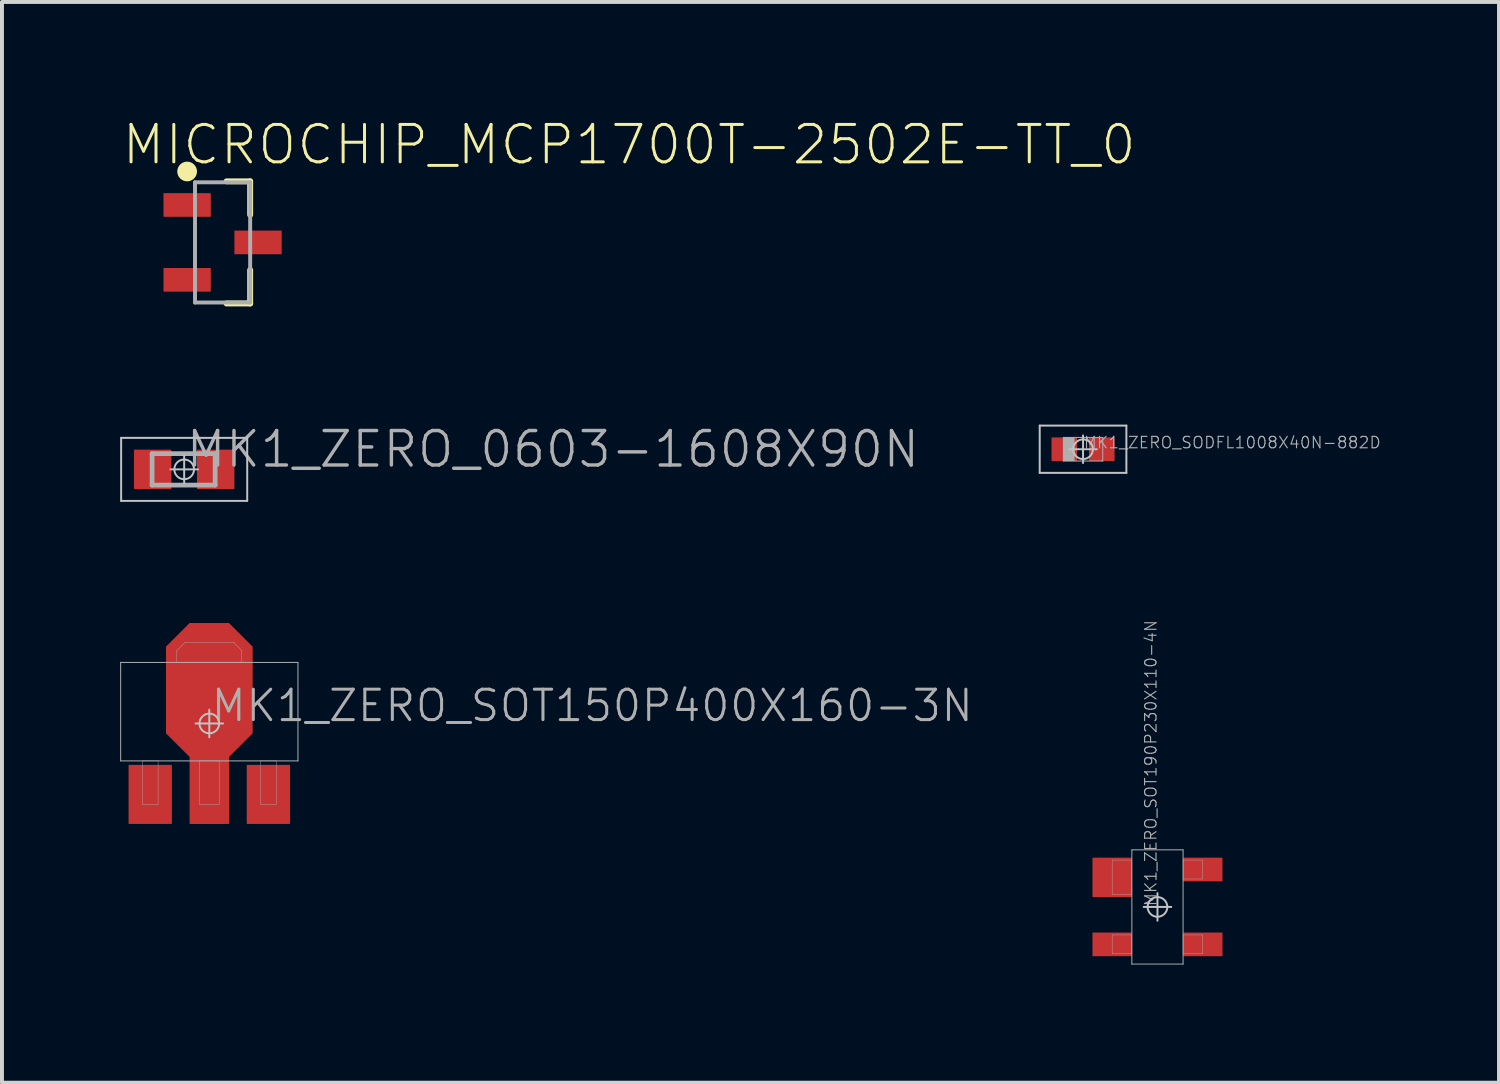
<source format=kicad_pcb>
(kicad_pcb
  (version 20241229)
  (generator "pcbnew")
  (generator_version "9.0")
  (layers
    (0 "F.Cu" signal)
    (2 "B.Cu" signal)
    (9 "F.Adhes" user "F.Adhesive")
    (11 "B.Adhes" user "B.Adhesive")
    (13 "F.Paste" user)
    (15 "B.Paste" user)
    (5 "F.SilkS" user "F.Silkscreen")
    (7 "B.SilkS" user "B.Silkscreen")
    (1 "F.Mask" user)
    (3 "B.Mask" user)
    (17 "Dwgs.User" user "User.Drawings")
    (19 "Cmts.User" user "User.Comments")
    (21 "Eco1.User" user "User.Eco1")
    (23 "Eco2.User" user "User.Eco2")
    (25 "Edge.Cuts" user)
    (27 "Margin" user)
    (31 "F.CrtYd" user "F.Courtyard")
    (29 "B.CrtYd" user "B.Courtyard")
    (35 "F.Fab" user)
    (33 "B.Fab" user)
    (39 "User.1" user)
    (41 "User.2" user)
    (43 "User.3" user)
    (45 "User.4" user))
  (footprint "MK1_ZERO_SOT150P400X160-3N"
    (layer "F.Cu")
    (at 2.263 15.314)
    (property "Reference" "MK1_ZERO_SOT150P400X160-3N" (at 0 0 0) (layer "F.Fab") (effects (font (size 0.772 0.772) (thickness 0.077)) (justify left bottom)))
    (attr through_hole)
    (fp_poly (pts (xy -0.5 2.55) (xy 0.5 2.55) (xy 0.5 0.85) (xy 1.1 0.25) (xy 1.1 -1.95) (xy 0.5 -2.55) (xy -0.5 -2.55) (xy -1.1 -1.95) (xy -1.1 0.25) (xy -0.5 0.85)) (stroke (width 0) (type solid)) (fill yes) (layer "F.Cu"))
    (fp_poly (pts (xy -0.875 2.625) (xy -0.875 0.975) (xy -2.125 0.975) (xy -2.125 2.625)) (stroke (width 0) (type solid)) (fill yes) (layer "F.Mask"))
    (fp_poly (pts (xy 2.125 2.625) (xy 2.125 0.975) (xy 0.875 0.975) (xy 0.875 2.625)) (stroke (width 0) (type solid)) (fill yes) (layer "F.Mask"))
    (fp_poly (pts (xy 1.175 0.281) (xy 0.575 0.881) (xy 0.575 2.625) (xy -0.575 2.625) (xy -0.575 0.881) (xy -1.175 0.281) (xy -1.175 -1.981) (xy -0.531 -2.625) (xy 0.531 -2.625) (xy 1.175 -1.981)) (stroke (width 0) (type solid)) (fill yes) (layer "F.Mask"))
    (fp_poly (pts (xy -0.95 2.55) (xy -0.95 1.05) (xy -2.05 1.05) (xy -2.05 2.55)) (stroke (width 0) (type solid)) (fill yes) (layer "F.Paste"))
    (fp_poly (pts (xy 2.05 2.55) (xy 2.05 1.05) (xy 0.95 1.05) (xy 0.95 2.55)) (stroke (width 0) (type solid)) (fill yes) (layer "F.Paste"))
    (fp_poly (pts (xy 1.1 0.25) (xy 0.5 0.85) (xy 0.5 2.55) (xy -0.5 2.55) (xy -0.5 0.85) (xy -1.1 0.25) (xy -1.1 -1.95) (xy -0.5 -2.55) (xy 0.5 -2.55) (xy 1.1 -1.95)) (stroke (width 0) (type solid)) (fill yes) (layer "F.Paste"))
    (fp_line (start -0.35 0) (end 0.35 0) (stroke (width 0.05) (type solid)) (layer "Dwgs.User"))
    (fp_line (start 0 0.35) (end 0 -0.35) (stroke (width 0.05) (type solid)) (layer "Dwgs.User"))
    (fp_circle (center 0 0) (end 0.25 0) (stroke (width 0.05) (type solid)) (fill no) (layer "Dwgs.User"))
    (fp_line (start -2.25 -1.55) (end -2.25 0.95) (stroke (width 0.025) (type solid)) (layer "F.Fab"))
    (fp_line (start -2.25 0.95) (end 2.25 0.95) (stroke (width 0.025) (type solid)) (layer "F.Fab"))
    (fp_line (start -1.7 0.95) (end -1.7 2.05) (stroke (width 0.01) (type solid)) (layer "F.Fab"))
    (fp_line (start -1.7 2.05) (end -1.3 2.05) (stroke (width 0.01) (type solid)) (layer "F.Fab"))
    (fp_line (start -1.3 0.95) (end -1.7 0.95) (stroke (width 0.01) (type solid)) (layer "F.Fab"))
    (fp_line (start -1.3 2.05) (end -1.3 0.95) (stroke (width 0.01) (type solid)) (layer "F.Fab"))
    (fp_line (start -0.825 -1.85) (end -0.625 -2.05) (stroke (width 0.01) (type solid)) (layer "F.Fab"))
    (fp_line (start -0.825 -1.55) (end -0.825 -1.85) (stroke (width 0.01) (type solid)) (layer "F.Fab"))
    (fp_line (start -0.625 -2.05) (end 0.625 -2.05) (stroke (width 0.01) (type solid)) (layer "F.Fab"))
    (fp_line (start -0.25 0.95) (end -0.25 2.05) (stroke (width 0.01) (type solid)) (layer "F.Fab"))
    (fp_line (start -0.25 2.05) (end 0.25 2.05) (stroke (width 0.01) (type solid)) (layer "F.Fab"))
    (fp_line (start 0.25 0.95) (end -0.25 0.95) (stroke (width 0.01) (type solid)) (layer "F.Fab"))
    (fp_line (start 0.25 2.05) (end 0.25 0.95) (stroke (width 0.01) (type solid)) (layer "F.Fab"))
    (fp_line (start 0.625 -2.05) (end 0.825 -1.85) (stroke (width 0.01) (type solid)) (layer "F.Fab"))
    (fp_line (start 0.825 -1.85) (end 0.825 -1.55) (stroke (width 0.01) (type solid)) (layer "F.Fab"))
    (fp_line (start 0.825 -1.55) (end -0.825 -1.55) (stroke (width 0.01) (type solid)) (layer "F.Fab"))
    (fp_line (start 1.3 0.95) (end 1.3 2.05) (stroke (width 0.01) (type solid)) (layer "F.Fab"))
    (fp_line (start 1.3 2.05) (end 1.7 2.05) (stroke (width 0.01) (type solid)) (layer "F.Fab"))
    (fp_line (start 1.7 0.95) (end 1.3 0.95) (stroke (width 0.01) (type solid)) (layer "F.Fab"))
    (fp_line (start 1.7 2.05) (end 1.7 0.95) (stroke (width 0.01) (type solid)) (layer "F.Fab"))
    (fp_line (start 2.25 -1.55) (end -2.25 -1.55) (stroke (width 0.025) (type solid)) (layer "F.Fab"))
    (fp_line (start 2.25 0.95) (end 2.25 -1.55) (stroke (width 0.025) (type solid)) (layer "F.Fab"))
    (pad "1" smd roundrect (at -1.5 1.8) (size 1.1 1.5) (layers "F.Cu" "F.Mask") (roundrect_rratio 0.015))
    (pad "2" smd roundrect (at 0 1.8) (size 0.8 1.5) (layers "F.Cu" "F.Mask") (roundrect_rratio 0.015))
    (pad "3" smd roundrect (at 1.5 1.8) (size 1.1 1.5) (layers "F.Cu" "F.Mask") (roundrect_rratio 0.015)))
  (footprint "MK1_ZERO_SOT190P230X110-4N"
    (layer "F.Cu")
    (at 26.33 19.971)
    (property "Reference" "MK1_ZERO_SOT190P230X110-4N" (at 0 0 270) (layer "F.Fab") (effects (font (size 0.29 0.29) (thickness 0.029)) (justify left bottom)))
    (attr through_hole)
    (fp_line (start -0.35 0) (end 0.35 0) (stroke (width 0.05) (type solid)) (layer "Dwgs.User"))
    (fp_line (start 0 0.35) (end 0 -0.35) (stroke (width 0.05) (type solid)) (layer "Dwgs.User"))
    (fp_circle (center 0 0) (end 0.25 0) (stroke (width 0.05) (type solid)) (fill no) (layer "Dwgs.User"))
    (fp_line (start -1.15 -1.19) (end -1.15 -0.31) (stroke (width 0.01) (type solid)) (layer "F.Fab"))
    (fp_line (start -1.15 -0.31) (end -0.65 -0.31) (stroke (width 0.01) (type solid)) (layer "F.Fab"))
    (fp_line (start -1.15 0.71) (end -1.15 1.19) (stroke (width 0.01) (type solid)) (layer "F.Fab"))
    (fp_line (start -1.15 1.19) (end -0.65 1.19) (stroke (width 0.01) (type solid)) (layer "F.Fab"))
    (fp_line (start -0.65 -1.45) (end -0.65 1.45) (stroke (width 0.025) (type solid)) (layer "F.Fab"))
    (fp_line (start -0.65 -1.19) (end -1.15 -1.19) (stroke (width 0.01) (type solid)) (layer "F.Fab"))
    (fp_line (start -0.65 -0.31) (end -0.65 -1.19) (stroke (width 0.01) (type solid)) (layer "F.Fab"))
    (fp_line (start -0.65 0.71) (end -1.15 0.71) (stroke (width 0.01) (type solid)) (layer "F.Fab"))
    (fp_line (start -0.65 1.19) (end -0.65 0.71) (stroke (width 0.01) (type solid)) (layer "F.Fab"))
    (fp_line (start -0.65 1.45) (end 0.65 1.45) (stroke (width 0.025) (type solid)) (layer "F.Fab"))
    (fp_line (start 0.65 -1.45) (end -0.65 -1.45) (stroke (width 0.025) (type solid)) (layer "F.Fab"))
    (fp_line (start 0.65 -1.19) (end 0.65 -0.71) (stroke (width 0.01) (type solid)) (layer "F.Fab"))
    (fp_line (start 0.65 -0.71) (end 1.15 -0.71) (stroke (width 0.01) (type solid)) (layer "F.Fab"))
    (fp_line (start 0.65 0.71) (end 0.65 1.19) (stroke (width 0.01) (type solid)) (layer "F.Fab"))
    (fp_line (start 0.65 1.19) (end 1.15 1.19) (stroke (width 0.01) (type solid)) (layer "F.Fab"))
    (fp_line (start 0.65 1.45) (end 0.65 -1.45) (stroke (width 0.025) (type solid)) (layer "F.Fab"))
    (fp_line (start 1.15 -1.19) (end 0.65 -1.19) (stroke (width 0.01) (type solid)) (layer "F.Fab"))
    (fp_line (start 1.15 -0.71) (end 1.15 -1.19) (stroke (width 0.01) (type solid)) (layer "F.Fab"))
    (fp_line (start 1.15 0.71) (end 0.65 0.71) (stroke (width 0.01) (type solid)) (layer "F.Fab"))
    (fp_line (start 1.15 1.19) (end 1.15 0.71) (stroke (width 0.01) (type solid)) (layer "F.Fab"))
    (pad "1" smd roundrect (at -1.15 -0.75) (size 1 1) (layers "F.Cu" "F.Mask" "F.Paste") (roundrect_rratio 0.015))
    (pad "2" smd roundrect (at -1.15 0.95) (size 1 0.6) (layers "F.Cu" "F.Mask" "F.Paste") (roundrect_rratio 0.015))
    (pad "3" smd roundrect (at 1.15 0.95) (size 1 0.6) (layers "F.Cu" "F.Mask" "F.Paste") (roundrect_rratio 0.015))
    (pad "4" smd roundrect (at 1.15 -0.95) (size 1 0.6) (layers "F.Cu" "F.Mask" "F.Paste") (roundrect_rratio 0.015)))
  (footprint "MK1_ZERO_0603-1608X90N"
    (layer "F.Cu")
    (at 1.625 8.864)
    (property "Reference" "MK1_ZERO_0603-1608X90N" (at 0 0 180) (layer "F.Fab") (effects (font (size 0.874 0.874) (thickness 0.087)) (justify left bottom)))
    (attr through_hole)
    (fp_line (start -1.6 -0.8) (end -1.6 0.8) (stroke (width 0.05) (type solid)) (layer "Dwgs.User"))
    (fp_line (start -1.6 0.8) (end 1.6 0.8) (stroke (width 0.05) (type solid)) (layer "Dwgs.User"))
    (fp_line (start -0.35 0) (end 0.35 0) (stroke (width 0.05) (type solid)) (layer "Dwgs.User"))
    (fp_line (start 0 0.35) (end 0 -0.35) (stroke (width 0.05) (type solid)) (layer "Dwgs.User"))
    (fp_line (start 1.6 -0.8) (end -1.6 -0.8) (stroke (width 0.05) (type solid)) (layer "Dwgs.User"))
    (fp_line (start 1.6 0.8) (end 1.6 -0.8) (stroke (width 0.05) (type solid)) (layer "Dwgs.User"))
    (fp_circle (center 0 0) (end 0.25 0) (stroke (width 0.05) (type solid)) (fill no) (layer "Dwgs.User"))
    (fp_line (start -0.814 -0.4) (end -0.814 0.4) (stroke (width 0.12) (type solid)) (layer "F.Fab"))
    (fp_line (start -0.814 0.4) (end 0.786 0.4) (stroke (width 0.12) (type solid)) (layer "F.Fab"))
    (fp_line (start 0.786 -0.4) (end -0.814 -0.4) (stroke (width 0.12) (type solid)) (layer "F.Fab"))
    (fp_line (start 0.786 0.4) (end 0.786 -0.4) (stroke (width 0.12) (type solid)) (layer "F.Fab"))
    (pad "1" smd roundrect (at -0.8 0) (size 0.95 1) (layers "F.Cu" "F.Mask" "F.Paste") (roundrect_rratio 0.015))
    (pad "2" smd roundrect (at 0.8 0) (size 0.95 1) (layers "F.Cu" "F.Mask" "F.Paste") (roundrect_rratio 0.015)))
  (footprint "MK1_ZERO_SODFL1008X40N-882D"
    (layer "F.Cu")
    (at 24.441 8.353)
    (property "Reference" "MK1_ZERO_SODFL1008X40N-882D" (at 0 0 180) (layer "F.Fab") (effects (font (size 0.29 0.29) (thickness 0.029)) (justify left bottom)))
    (attr through_hole)
    (fp_line (start -1.1 -0.6) (end -1.1 0.6) (stroke (width 0.05) (type solid)) (layer "Dwgs.User"))
    (fp_line (start -1.1 0.6) (end 1.1 0.6) (stroke (width 0.05) (type solid)) (layer "Dwgs.User"))
    (fp_line (start -0.35 0) (end 0.35 0) (stroke (width 0.05) (type solid)) (layer "Dwgs.User"))
    (fp_line (start 0 0.35) (end 0 -0.35) (stroke (width 0.05) (type solid)) (layer "Dwgs.User"))
    (fp_line (start 1.1 -0.6) (end -1.1 -0.6) (stroke (width 0.05) (type solid)) (layer "Dwgs.User"))
    (fp_line (start 1.1 0.6) (end 1.1 -0.6) (stroke (width 0.05) (type solid)) (layer "Dwgs.User"))
    (fp_circle (center 0 0) (end 0.25 0) (stroke (width 0.05) (type solid)) (fill no) (layer "Dwgs.User"))
    (fp_line (start -0.5 -0.3) (end -0.5 0.3) (stroke (width 0.025) (type solid)) (layer "F.Fab"))
    (fp_line (start -0.5 0.3) (end 0.5 0.3) (stroke (width 0.025) (type solid)) (layer "F.Fab"))
    (fp_line (start -0.495 -0.295) (end -0.495 0.295) (stroke (width 0.01) (type solid)) (layer "F.Fab"))
    (fp_line (start -0.495 0.295) (end -0.225 0.295) (stroke (width 0.01) (type solid)) (layer "F.Fab"))
    (fp_line (start -0.49 -0.29) (end -0.49 0.29) (stroke (width 0.01) (type solid)) (layer "F.Fab"))
    (fp_line (start -0.49 0.29) (end -0.23 0.29) (stroke (width 0.01) (type solid)) (layer "F.Fab"))
    (fp_line (start -0.48 -0.28) (end -0.48 0.28) (stroke (width 0.025) (type solid)) (layer "F.Fab"))
    (fp_line (start -0.48 0.28) (end -0.24 0.28) (stroke (width 0.025) (type solid)) (layer "F.Fab"))
    (fp_line (start -0.467 -0.268) (end -0.467 0.267) (stroke (width 0.025) (type solid)) (layer "F.Fab"))
    (fp_line (start -0.467 0.267) (end -0.252 0.267) (stroke (width 0.025) (type solid)) (layer "F.Fab"))
    (fp_line (start -0.455 -0.255) (end -0.455 0.255) (stroke (width 0.05) (type solid)) (layer "F.Fab"))
    (fp_line (start -0.455 0.255) (end -0.265 0.255) (stroke (width 0.05) (type solid)) (layer "F.Fab"))
    (fp_line (start -0.43 -0.23) (end -0.43 0.23) (stroke (width 0.1) (type solid)) (layer "F.Fab"))
    (fp_line (start -0.43 0.23) (end -0.29 0.23) (stroke (width 0.1) (type solid)) (layer "F.Fab"))
    (fp_line (start -0.38 -0.18) (end -0.38 0.18) (stroke (width 0.2) (type solid)) (layer "F.Fab"))
    (fp_line (start -0.38 0.18) (end -0.34 0.18) (stroke (width 0.2) (type solid)) (layer "F.Fab"))
    (fp_line (start -0.34 -0.18) (end -0.38 -0.18) (stroke (width 0.2) (type solid)) (layer "F.Fab"))
    (fp_line (start -0.34 0.18) (end -0.34 -0.18) (stroke (width 0.2) (type solid)) (layer "F.Fab"))
    (fp_line (start -0.29 -0.23) (end -0.43 -0.23) (stroke (width 0.1) (type solid)) (layer "F.Fab"))
    (fp_line (start -0.29 0.23) (end -0.29 -0.23) (stroke (width 0.1) (type solid)) (layer "F.Fab"))
    (fp_line (start -0.265 -0.255) (end -0.455 -0.255) (stroke (width 0.05) (type solid)) (layer "F.Fab"))
    (fp_line (start -0.265 0.255) (end -0.265 -0.255) (stroke (width 0.05) (type solid)) (layer "F.Fab"))
    (fp_line (start -0.252 -0.268) (end -0.467 -0.268) (stroke (width 0.025) (type solid)) (layer "F.Fab"))
    (fp_line (start -0.252 0.267) (end -0.252 -0.268) (stroke (width 0.025) (type solid)) (layer "F.Fab"))
    (fp_line (start -0.24 -0.28) (end -0.48 -0.28) (stroke (width 0.025) (type solid)) (layer "F.Fab"))
    (fp_line (start -0.24 0.28) (end -0.24 -0.28) (stroke (width 0.025) (type solid)) (layer "F.Fab"))
    (fp_line (start -0.23 -0.29) (end -0.49 -0.29) (stroke (width 0.01) (type solid)) (layer "F.Fab"))
    (fp_line (start -0.23 0.29) (end -0.23 -0.29) (stroke (width 0.01) (type solid)) (layer "F.Fab"))
    (fp_line (start -0.225 -0.295) (end -0.495 -0.295) (stroke (width 0.01) (type solid)) (layer "F.Fab"))
    (fp_line (start -0.225 0.295) (end -0.225 -0.295) (stroke (width 0.01) (type solid)) (layer "F.Fab"))
    (fp_line (start 0.5 -0.3) (end -0.5 -0.3) (stroke (width 0.025) (type solid)) (layer "F.Fab"))
    (fp_line (start 0.5 0.3) (end 0.5 -0.3) (stroke (width 0.025) (type solid)) (layer "F.Fab"))
    (pad "A" smd roundrect (at 0.475 0) (size 0.65 0.6) (layers "F.Cu" "F.Mask" "F.Paste") (roundrect_rratio 0.015))
    (pad "C" smd roundrect (at -0.475 0) (size 0.65 0.6) (layers "F.Cu" "F.Mask" "F.Paste") (roundrect_rratio 0.015)))
  (footprint "MICROCHIP_MCP1700T-2502E-TT_0"
    (layer "F.Cu")
    (at 2.6 3.103)
    (property "Reference" "MICROCHIP_MCP1700T-2502E-TT_0" (at -2.6 -1.925 0) (layer "F.SilkS") (effects (font (size 0.95 0.95) (thickness 0.076)) (justify left bottom)))
    (attr through_hole)
    (fp_line (start 0.1 -1.55) (end 0.7 -1.55) (stroke (width 0.15) (type solid)) (layer "F.SilkS"))
    (fp_line (start 0.1 1.55) (end 0.7 1.55) (stroke (width 0.15) (type solid)) (layer "F.SilkS"))
    (fp_line (start 0.7 -0.7) (end 0.7 -1.55) (stroke (width 0.15) (type solid)) (layer "F.SilkS"))
    (fp_line (start 0.7 1.55) (end 0.7 0.7) (stroke (width 0.15) (type solid)) (layer "F.SilkS"))
    (fp_circle (center -0.9 -1.8) (end -0.775 -1.8) (stroke (width 0.25) (type solid)) (fill no) (layer "F.SilkS"))
    (fp_line (start -0.7 -1.525) (end 0.7 -1.525) (stroke (width 0.1) (type solid)) (layer "F.Fab"))
    (fp_line (start -0.7 1.525) (end -0.7 -1.525) (stroke (width 0.1) (type solid)) (layer "F.Fab"))
    (fp_line (start -0.7 1.525) (end 0.7 1.525) (stroke (width 0.1) (type solid)) (layer "F.Fab"))
    (fp_line (start 0.7 1.525) (end 0.7 -1.525) (stroke (width 0.1) (type solid)) (layer "F.Fab"))
    (pad "1" smd rect (at -0.9 -0.95 90) (size 0.6 1.2) (layers "F.Cu" "F.Mask" "F.Paste"))
    (pad "2" smd rect (at -0.9 0.95 90) (size 0.6 1.2) (layers "F.Cu" "F.Mask" "F.Paste"))
    (pad "3" smd rect (at 0.9 0 90) (size 0.6 1.2) (layers "F.Cu" "F.Mask" "F.Paste")))
  (gr_rect
    (start -3 -3)
    (end 34.999 24.433)
    (stroke (width 0.1) (type default))
    (fill no)
    (layer "Edge.Cuts")))
</source>
